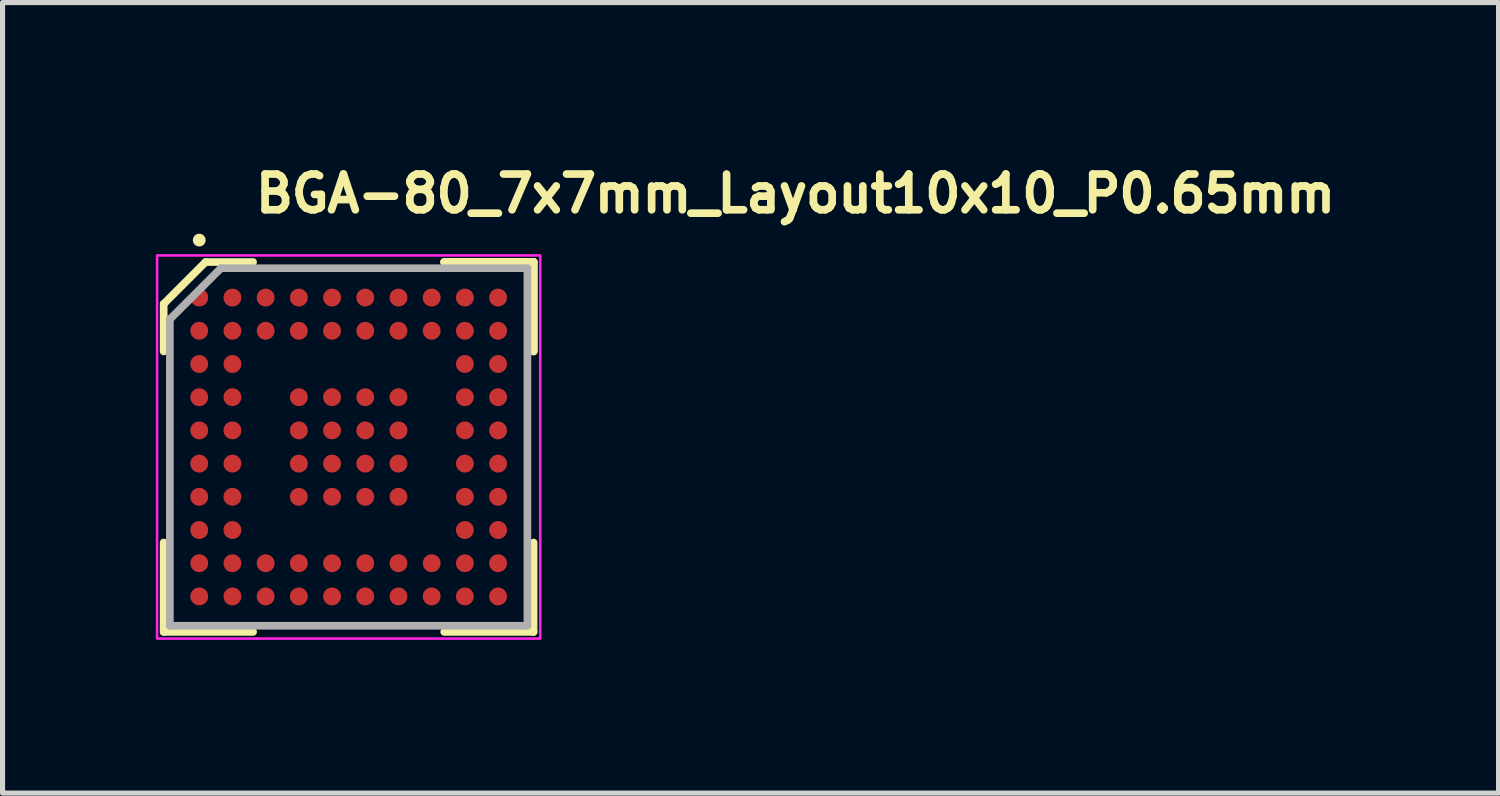
<source format=kicad_pcb>
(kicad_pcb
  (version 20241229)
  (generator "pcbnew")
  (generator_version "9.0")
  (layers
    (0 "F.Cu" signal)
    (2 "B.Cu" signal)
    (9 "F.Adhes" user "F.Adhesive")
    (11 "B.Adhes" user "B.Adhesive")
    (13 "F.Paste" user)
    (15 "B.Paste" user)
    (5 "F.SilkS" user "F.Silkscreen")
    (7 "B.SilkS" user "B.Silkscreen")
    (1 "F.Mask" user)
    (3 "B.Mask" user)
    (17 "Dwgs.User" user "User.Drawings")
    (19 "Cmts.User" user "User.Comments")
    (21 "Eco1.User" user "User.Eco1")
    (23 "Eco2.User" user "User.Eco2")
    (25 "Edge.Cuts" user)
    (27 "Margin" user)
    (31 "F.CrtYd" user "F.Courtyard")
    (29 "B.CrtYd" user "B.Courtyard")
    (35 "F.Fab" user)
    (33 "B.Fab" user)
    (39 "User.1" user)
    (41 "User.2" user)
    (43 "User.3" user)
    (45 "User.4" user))
  (footprint "BGA-80_7x7mm_Layout10x10_P0.65mm"
    (layer "F.Cu")
    (at 3.775 5.7)
    (property "Reference" "BGA-80_7x7mm_Layout10x10_P0.65mm" (at -1.901 -4.55 0) (layer "F.SilkS") (effects (font (size 0.7 0.7) (thickness 0.15)) (justify left bottom)))
    (attr smd)
    (fp_line (start -3.621 -2.801) (end -3.621 -1.871) (stroke (width 0.15) (type solid)) (layer "F.SilkS"))
    (fp_line (start -3.621 3.62) (end -3.621 1.87) (stroke (width 0.15) (type solid)) (layer "F.SilkS"))
    (fp_line (start -2.801 -3.621) (end -3.621 -2.801) (stroke (width 0.15) (type solid)) (layer "F.SilkS"))
    (fp_line (start -1.871 -3.621) (end -2.801 -3.621) (stroke (width 0.15) (type solid)) (layer "F.SilkS"))
    (fp_line (start -1.871 3.62) (end -3.621 3.62) (stroke (width 0.15) (type solid)) (layer "F.SilkS"))
    (fp_line (start 1.87 -3.621) (end 3.62 -3.621) (stroke (width 0.15) (type solid)) (layer "F.SilkS"))
    (fp_line (start 1.87 -3.621) (end 3.62 -3.621) (stroke (width 0.15) (type solid)) (layer "F.SilkS"))
    (fp_line (start 1.87 -3.621) (end 3.62 -3.621) (stroke (width 0.15) (type solid)) (layer "F.SilkS"))
    (fp_line (start 1.87 3.62) (end 3.62 3.62) (stroke (width 0.15) (type solid)) (layer "F.SilkS"))
    (fp_line (start 3.62 -3.621) (end 3.62 -1.871) (stroke (width 0.15) (type solid)) (layer "F.SilkS"))
    (fp_line (start 3.62 -3.621) (end 3.62 -1.871) (stroke (width 0.15) (type solid)) (layer "F.SilkS"))
    (fp_line (start 3.62 -3.621) (end 3.62 -1.871) (stroke (width 0.15) (type solid)) (layer "F.SilkS"))
    (fp_line (start 3.62 3.62) (end 3.62 1.87) (stroke (width 0.15) (type solid)) (layer "F.SilkS"))
    (fp_circle (center -2.925 -4.05) (end -2.875 -4.05) (stroke (width 0.15) (type solid)) (fill yes) (layer "F.SilkS"))
    (fp_rect (start -3.75 -3.75) (end 3.75 3.75) (stroke (width 0.05) (type solid)) (fill no) (layer "F.CrtYd"))
    (fp_line (start -3.5 -2.5) (end -3.5 3.499) (stroke (width 0.15) (type solid)) (layer "F.Fab"))
    (fp_line (start -3.5 3.499) (end 3.499 3.499) (stroke (width 0.15) (type solid)) (layer "F.Fab"))
    (fp_line (start -2.5 -3.5) (end -3.5 -2.5) (stroke (width 0.15) (type solid)) (layer "F.Fab"))
    (fp_line (start 3.499 -3.5) (end -2.5 -3.5) (stroke (width 0.15) (type solid)) (layer "F.Fab"))
    (fp_line (start 3.499 3.499) (end 3.499 -3.5) (stroke (width 0.15) (type solid)) (layer "F.Fab"))
    (fp_rect (start -3.5 -3.5) (end 3.5 3.5) (stroke (width 0.1) (type solid)) (fill no) (layer "User.5"))
    (fp_line (start -3.5 -3.5) (end 3.5 -3.5) (stroke (width 0.02) (type solid)) (layer "User.9"))
    (fp_line (start -3.5 3.5) (end -3.5 -3.5) (stroke (width 0.02) (type solid)) (layer "User.9"))
    (fp_line (start -3.5 3.5) (end 3.5 3.5) (stroke (width 0.02) (type solid)) (layer "User.9"))
    (fp_line (start -3.062 -2.648) (end -3.062 -2.625) (stroke (width 0.02) (type solid)) (layer "User.9"))
    (fp_line (start -3.062 -2.625) (end -3.062 -2.625) (stroke (width 0.02) (type solid)) (layer "User.9"))
    (fp_line (start -3.062 -2.625) (end -3.062 -2.602) (stroke (width 0.02) (type solid)) (layer "User.9"))
    (fp_line (start -3.062 -2.602) (end -3.06 -2.58) (stroke (width 0.02) (type solid)) (layer "User.9"))
    (fp_line (start -3.06 -2.67) (end -3.062 -2.648) (stroke (width 0.02) (type solid)) (layer "User.9"))
    (fp_line (start -3.06 -2.58) (end -3.057 -2.558) (stroke (width 0.02) (type solid)) (layer "User.9"))
    (fp_line (start -3.057 -2.692) (end -3.06 -2.67) (stroke (width 0.02) (type solid)) (layer "User.9"))
    (fp_line (start -3.057 -2.558) (end -3.054 -2.537) (stroke (width 0.02) (type solid)) (layer "User.9"))
    (fp_line (start -3.054 -2.713) (end -3.057 -2.692) (stroke (width 0.02) (type solid)) (layer "User.9"))
    (fp_line (start -3.054 -2.537) (end -3.049 -2.516) (stroke (width 0.02) (type solid)) (layer "User.9"))
    (fp_line (start -3.049 -2.734) (end -3.054 -2.713) (stroke (width 0.02) (type solid)) (layer "User.9"))
    (fp_line (start -3.049 -2.516) (end -3.043 -2.495) (stroke (width 0.02) (type solid)) (layer "User.9"))
    (fp_line (start -3.043 -2.755) (end -3.049 -2.734) (stroke (width 0.02) (type solid)) (layer "User.9"))
    (fp_line (start -3.043 -2.495) (end -3.036 -2.475) (stroke (width 0.02) (type solid)) (layer "User.9"))
    (fp_line (start -3.036 -2.775) (end -3.043 -2.755) (stroke (width 0.02) (type solid)) (layer "User.9"))
    (fp_line (start -3.036 -2.475) (end -3.028 -2.455) (stroke (width 0.02) (type solid)) (layer "User.9"))
    (fp_line (start -3.028 -2.795) (end -3.036 -2.775) (stroke (width 0.02) (type solid)) (layer "User.9"))
    (fp_line (start -3.028 -2.455) (end -3.019 -2.435) (stroke (width 0.02) (type solid)) (layer "User.9"))
    (fp_line (start -3.019 -2.815) (end -3.028 -2.795) (stroke (width 0.02) (type solid)) (layer "User.9"))
    (fp_line (start -3.019 -2.435) (end -3.01 -2.416) (stroke (width 0.02) (type solid)) (layer "User.9"))
    (fp_line (start -3.01 -2.834) (end -3.019 -2.815) (stroke (width 0.02) (type solid)) (layer "User.9"))
    (fp_line (start -3.01 -2.416) (end -2.999 -2.398) (stroke (width 0.02) (type solid)) (layer "User.9"))
    (fp_line (start -2.999 -2.852) (end -3.01 -2.834) (stroke (width 0.02) (type solid)) (layer "User.9"))
    (fp_line (start -2.999 -2.398) (end -2.988 -2.38) (stroke (width 0.02) (type solid)) (layer "User.9"))
    (fp_line (start -2.988 -2.87) (end -2.999 -2.852) (stroke (width 0.02) (type solid)) (layer "User.9"))
    (fp_line (start -2.988 -2.38) (end -2.976 -2.363) (stroke (width 0.02) (type solid)) (layer "User.9"))
    (fp_line (start -2.976 -2.887) (end -2.988 -2.87) (stroke (width 0.02) (type solid)) (layer "User.9"))
    (fp_line (start -2.976 -2.363) (end -2.963 -2.347) (stroke (width 0.02) (type solid)) (layer "User.9"))
    (fp_line (start -2.963 -2.903) (end -2.976 -2.887) (stroke (width 0.02) (type solid)) (layer "User.9"))
    (fp_line (start -2.963 -2.347) (end -2.949 -2.331) (stroke (width 0.02) (type solid)) (layer "User.9"))
    (fp_line (start -2.949 -2.919) (end -2.963 -2.903) (stroke (width 0.02) (type solid)) (layer "User.9"))
    (fp_line (start -2.949 -2.331) (end -2.934 -2.316) (stroke (width 0.02) (type solid)) (layer "User.9"))
    (fp_line (start -2.934 -2.934) (end -2.949 -2.919) (stroke (width 0.02) (type solid)) (layer "User.9"))
    (fp_line (start -2.934 -2.316) (end -2.919 -2.301) (stroke (width 0.02) (type solid)) (layer "User.9"))
    (fp_line (start -2.919 -2.949) (end -2.934 -2.934) (stroke (width 0.02) (type solid)) (layer "User.9"))
    (fp_line (start -2.919 -2.301) (end -2.903 -2.287) (stroke (width 0.02) (type solid)) (layer "User.9"))
    (fp_line (start -2.903 -2.963) (end -2.919 -2.949) (stroke (width 0.02) (type solid)) (layer "User.9"))
    (fp_line (start -2.903 -2.287) (end -2.887 -2.274) (stroke (width 0.02) (type solid)) (layer "User.9"))
    (fp_line (start -2.887 -2.976) (end -2.903 -2.963) (stroke (width 0.02) (type solid)) (layer "User.9"))
    (fp_line (start -2.887 -2.274) (end -2.87 -2.262) (stroke (width 0.02) (type solid)) (layer "User.9"))
    (fp_line (start -2.87 -2.988) (end -2.887 -2.976) (stroke (width 0.02) (type solid)) (layer "User.9"))
    (fp_line (start -2.87 -2.262) (end -2.852 -2.251) (stroke (width 0.02) (type solid)) (layer "User.9"))
    (fp_line (start -2.852 -2.999) (end -2.87 -2.988) (stroke (width 0.02) (type solid)) (layer "User.9"))
    (fp_line (start -2.852 -2.251) (end -2.834 -2.24) (stroke (width 0.02) (type solid)) (layer "User.9"))
    (fp_line (start -2.834 -3.01) (end -2.852 -2.999) (stroke (width 0.02) (type solid)) (layer "User.9"))
    (fp_line (start -2.834 -2.24) (end -2.815 -2.231) (stroke (width 0.02) (type solid)) (layer "User.9"))
    (fp_line (start -2.815 -3.019) (end -2.834 -3.01) (stroke (width 0.02) (type solid)) (layer "User.9"))
    (fp_line (start -2.815 -2.231) (end -2.795 -2.222) (stroke (width 0.02) (type solid)) (layer "User.9"))
    (fp_line (start -2.795 -3.028) (end -2.815 -3.019) (stroke (width 0.02) (type solid)) (layer "User.9"))
    (fp_line (start -2.795 -2.222) (end -2.775 -2.214) (stroke (width 0.02) (type solid)) (layer "User.9"))
    (fp_line (start -2.775 -3.036) (end -2.795 -3.028) (stroke (width 0.02) (type solid)) (layer "User.9"))
    (fp_line (start -2.775 -2.214) (end -2.755 -2.207) (stroke (width 0.02) (type solid)) (layer "User.9"))
    (fp_line (start -2.755 -3.043) (end -2.775 -3.036) (stroke (width 0.02) (type solid)) (layer "User.9"))
    (fp_line (start -2.755 -2.207) (end -2.734 -2.201) (stroke (width 0.02) (type solid)) (layer "User.9"))
    (fp_line (start -2.734 -3.049) (end -2.755 -3.043) (stroke (width 0.02) (type solid)) (layer "User.9"))
    (fp_line (start -2.734 -2.201) (end -2.713 -2.196) (stroke (width 0.02) (type solid)) (layer "User.9"))
    (fp_line (start -2.713 -3.054) (end -2.734 -3.049) (stroke (width 0.02) (type solid)) (layer "User.9"))
    (fp_line (start -2.713 -2.196) (end -2.692 -2.193) (stroke (width 0.02) (type solid)) (layer "User.9"))
    (fp_line (start -2.692 -3.057) (end -2.713 -3.054) (stroke (width 0.02) (type solid)) (layer "User.9"))
    (fp_line (start -2.692 -2.193) (end -2.67 -2.19) (stroke (width 0.02) (type solid)) (layer "User.9"))
    (fp_line (start -2.67 -3.06) (end -2.692 -3.057) (stroke (width 0.02) (type solid)) (layer "User.9"))
    (fp_line (start -2.67 -2.19) (end -2.648 -2.188) (stroke (width 0.02) (type solid)) (layer "User.9"))
    (fp_line (start -2.648 -3.062) (end -2.67 -3.06) (stroke (width 0.02) (type solid)) (layer "User.9"))
    (fp_line (start -2.648 -2.188) (end -2.625 -2.188) (stroke (width 0.02) (type solid)) (layer "User.9"))
    (fp_line (start -2.625 -3.062) (end -2.648 -3.062) (stroke (width 0.02) (type solid)) (layer "User.9"))
    (fp_line (start -2.625 -3.062) (end -2.625 -3.062) (stroke (width 0.02) (type solid)) (layer "User.9"))
    (fp_line (start -2.625 -2.188) (end -2.625 -2.188) (stroke (width 0.02) (type solid)) (layer "User.9"))
    (fp_line (start -2.625 -2.188) (end -2.602 -2.188) (stroke (width 0.02) (type solid)) (layer "User.9"))
    (fp_line (start -2.602 -3.062) (end -2.625 -3.062) (stroke (width 0.02) (type solid)) (layer "User.9"))
    (fp_line (start -2.602 -2.188) (end -2.58 -2.19) (stroke (width 0.02) (type solid)) (layer "User.9"))
    (fp_line (start -2.58 -3.06) (end -2.602 -3.062) (stroke (width 0.02) (type solid)) (layer "User.9"))
    (fp_line (start -2.58 -2.19) (end -2.558 -2.193) (stroke (width 0.02) (type solid)) (layer "User.9"))
    (fp_line (start -2.558 -3.057) (end -2.58 -3.06) (stroke (width 0.02) (type solid)) (layer "User.9"))
    (fp_line (start -2.558 -2.193) (end -2.537 -2.196) (stroke (width 0.02) (type solid)) (layer "User.9"))
    (fp_line (start -2.537 -3.054) (end -2.558 -3.057) (stroke (width 0.02) (type solid)) (layer "User.9"))
    (fp_line (start -2.537 -2.196) (end -2.516 -2.201) (stroke (width 0.02) (type solid)) (layer "User.9"))
    (fp_line (start -2.516 -3.049) (end -2.537 -3.054) (stroke (width 0.02) (type solid)) (layer "User.9"))
    (fp_line (start -2.516 -2.201) (end -2.495 -2.207) (stroke (width 0.02) (type solid)) (layer "User.9"))
    (fp_line (start -2.495 -3.043) (end -2.516 -3.049) (stroke (width 0.02) (type solid)) (layer "User.9"))
    (fp_line (start -2.495 -2.207) (end -2.475 -2.214) (stroke (width 0.02) (type solid)) (layer "User.9"))
    (fp_line (start -2.475 -3.036) (end -2.495 -3.043) (stroke (width 0.02) (type solid)) (layer "User.9"))
    (fp_line (start -2.475 -2.214) (end -2.455 -2.222) (stroke (width 0.02) (type solid)) (layer "User.9"))
    (fp_line (start -2.455 -3.028) (end -2.475 -3.036) (stroke (width 0.02) (type solid)) (layer "User.9"))
    (fp_line (start -2.455 -2.222) (end -2.435 -2.231) (stroke (width 0.02) (type solid)) (layer "User.9"))
    (fp_line (start -2.435 -3.019) (end -2.455 -3.028) (stroke (width 0.02) (type solid)) (layer "User.9"))
    (fp_line (start -2.435 -2.231) (end -2.416 -2.24) (stroke (width 0.02) (type solid)) (layer "User.9"))
    (fp_line (start -2.416 -3.01) (end -2.435 -3.019) (stroke (width 0.02) (type solid)) (layer "User.9"))
    (fp_line (start -2.416 -2.24) (end -2.398 -2.251) (stroke (width 0.02) (type solid)) (layer "User.9"))
    (fp_line (start -2.398 -2.999) (end -2.416 -3.01) (stroke (width 0.02) (type solid)) (layer "User.9"))
    (fp_line (start -2.398 -2.251) (end -2.38 -2.262) (stroke (width 0.02) (type solid)) (layer "User.9"))
    (fp_line (start -2.38 -2.988) (end -2.398 -2.999) (stroke (width 0.02) (type solid)) (layer "User.9"))
    (fp_line (start -2.38 -2.262) (end -2.363 -2.274) (stroke (width 0.02) (type solid)) (layer "User.9"))
    (fp_line (start -2.363 -2.976) (end -2.38 -2.988) (stroke (width 0.02) (type solid)) (layer "User.9"))
    (fp_line (start -2.363 -2.274) (end -2.347 -2.287) (stroke (width 0.02) (type solid)) (layer "User.9"))
    (fp_line (start -2.347 -2.963) (end -2.363 -2.976) (stroke (width 0.02) (type solid)) (layer "User.9"))
    (fp_line (start -2.347 -2.287) (end -2.331 -2.301) (stroke (width 0.02) (type solid)) (layer "User.9"))
    (fp_line (start -2.331 -2.949) (end -2.347 -2.963) (stroke (width 0.02) (type solid)) (layer "User.9"))
    (fp_line (start -2.331 -2.301) (end -2.316 -2.316) (stroke (width 0.02) (type solid)) (layer "User.9"))
    (fp_line (start -2.316 -2.934) (end -2.331 -2.949) (stroke (width 0.02) (type solid)) (layer "User.9"))
    (fp_line (start -2.316 -2.316) (end -2.301 -2.331) (stroke (width 0.02) (type solid)) (layer "User.9"))
    (fp_line (start -2.301 -2.919) (end -2.316 -2.934) (stroke (width 0.02) (type solid)) (layer "User.9"))
    (fp_line (start -2.301 -2.331) (end -2.287 -2.347) (stroke (width 0.02) (type solid)) (layer "User.9"))
    (fp_line (start -2.287 -2.903) (end -2.301 -2.919) (stroke (width 0.02) (type solid)) (layer "User.9"))
    (fp_line (start -2.287 -2.347) (end -2.274 -2.363) (stroke (width 0.02) (type solid)) (layer "User.9"))
    (fp_line (start -2.274 -2.887) (end -2.287 -2.903) (stroke (width 0.02) (type solid)) (layer "User.9"))
    (fp_line (start -2.274 -2.363) (end -2.262 -2.38) (stroke (width 0.02) (type solid)) (layer "User.9"))
    (fp_line (start -2.262 -2.87) (end -2.274 -2.887) (stroke (width 0.02) (type solid)) (layer "User.9"))
    (fp_line (start -2.262 -2.38) (end -2.251 -2.398) (stroke (width 0.02) (type solid)) (layer "User.9"))
    (fp_line (start -2.251 -2.852) (end -2.262 -2.87) (stroke (width 0.02) (type solid)) (layer "User.9"))
    (fp_line (start -2.251 -2.398) (end -2.24 -2.416) (stroke (width 0.02) (type solid)) (layer "User.9"))
    (fp_line (start -2.24 -2.834) (end -2.251 -2.852) (stroke (width 0.02) (type solid)) (layer "User.9"))
    (fp_line (start -2.24 -2.416) (end -2.231 -2.435) (stroke (width 0.02) (type solid)) (layer "User.9"))
    (fp_line (start -2.231 -2.815) (end -2.24 -2.834) (stroke (width 0.02) (type solid)) (layer "User.9"))
    (fp_line (start -2.231 -2.435) (end -2.222 -2.455) (stroke (width 0.02) (type solid)) (layer "User.9"))
    (fp_line (start -2.222 -2.795) (end -2.231 -2.815) (stroke (width 0.02) (type solid)) (layer "User.9"))
    (fp_line (start -2.222 -2.455) (end -2.214 -2.475) (stroke (width 0.02) (type solid)) (layer "User.9"))
    (fp_line (start -2.214 -2.775) (end -2.222 -2.795) (stroke (width 0.02) (type solid)) (layer "User.9"))
    (fp_line (start -2.214 -2.475) (end -2.207 -2.495) (stroke (width 0.02) (type solid)) (layer "User.9"))
    (fp_line (start -2.207 -2.755) (end -2.214 -2.775) (stroke (width 0.02) (type solid)) (layer "User.9"))
    (fp_line (start -2.207 -2.495) (end -2.201 -2.516) (stroke (width 0.02) (type solid)) (layer "User.9"))
    (fp_line (start -2.201 -2.734) (end -2.207 -2.755) (stroke (width 0.02) (type solid)) (layer "User.9"))
    (fp_line (start -2.201 -2.516) (end -2.196 -2.537) (stroke (width 0.02) (type solid)) (layer "User.9"))
    (fp_line (start -2.196 -2.713) (end -2.201 -2.734) (stroke (width 0.02) (type solid)) (layer "User.9"))
    (fp_line (start -2.196 -2.537) (end -2.193 -2.558) (stroke (width 0.02) (type solid)) (layer "User.9"))
    (fp_line (start -2.193 -2.692) (end -2.196 -2.713) (stroke (width 0.02) (type solid)) (layer "User.9"))
    (fp_line (start -2.193 -2.558) (end -2.19 -2.58) (stroke (width 0.02) (type solid)) (layer "User.9"))
    (fp_line (start -2.19 -2.67) (end -2.193 -2.692) (stroke (width 0.02) (type solid)) (layer "User.9"))
    (fp_line (start -2.19 -2.58) (end -2.188 -2.602) (stroke (width 0.02) (type solid)) (layer "User.9"))
    (fp_line (start -2.188 -2.648) (end -2.19 -2.67) (stroke (width 0.02) (type solid)) (layer "User.9"))
    (fp_line (start -2.188 -2.625) (end -2.188 -2.648) (stroke (width 0.02) (type solid)) (layer "User.9"))
    (fp_line (start -2.188 -2.625) (end -2.188 -2.625) (stroke (width 0.02) (type solid)) (layer "User.9"))
    (fp_line (start -2.188 -2.625) (end -2.188 -2.625) (stroke (width 0.02) (type solid)) (layer "User.9"))
    (fp_line (start -2.188 -2.602) (end -2.188 -2.625) (stroke (width 0.02) (type solid)) (layer "User.9"))
    (fp_line (start 3.5 3.5) (end 3.5 -3.5) (stroke (width 0.02) (type solid)) (layer "User.9"))
    (pad "A1" smd circle (at -2.925 -2.925) (size 0.35 0.35) (layers "F.Cu" "F.Mask" "F.Paste"))
    (pad "A2" smd circle (at -2.275 -2.925) (size 0.35 0.35) (layers "F.Cu" "F.Mask" "F.Paste"))
    (pad "A3" smd circle (at -1.625 -2.925) (size 0.35 0.35) (layers "F.Cu" "F.Mask" "F.Paste"))
    (pad "A4" smd circle (at -0.975 -2.925) (size 0.35 0.35) (layers "F.Cu" "F.Mask" "F.Paste"))
    (pad "A5" smd circle (at -0.325 -2.925) (size 0.35 0.35) (layers "F.Cu" "F.Mask" "F.Paste"))
    (pad "A6" smd circle (at 0.325 -2.925) (size 0.35 0.35) (layers "F.Cu" "F.Mask" "F.Paste"))
    (pad "A7" smd circle (at 0.975 -2.925) (size 0.35 0.35) (layers "F.Cu" "F.Mask" "F.Paste"))
    (pad "A8" smd circle (at 1.625 -2.925) (size 0.35 0.35) (layers "F.Cu" "F.Mask" "F.Paste"))
    (pad "A9" smd circle (at 2.275 -2.925) (size 0.35 0.35) (layers "F.Cu" "F.Mask" "F.Paste"))
    (pad "A10" smd circle (at 2.925 -2.925) (size 0.35 0.35) (layers "F.Cu" "F.Mask" "F.Paste"))
    (pad "B1" smd circle (at -2.925 -2.275) (size 0.35 0.35) (layers "F.Cu" "F.Mask" "F.Paste"))
    (pad "B2" smd circle (at -2.275 -2.275) (size 0.35 0.35) (layers "F.Cu" "F.Mask" "F.Paste"))
    (pad "B3" smd circle (at -1.625 -2.275) (size 0.35 0.35) (layers "F.Cu" "F.Mask" "F.Paste"))
    (pad "B4" smd circle (at -0.975 -2.275) (size 0.35 0.35) (layers "F.Cu" "F.Mask" "F.Paste"))
    (pad "B5" smd circle (at -0.325 -2.275) (size 0.35 0.35) (layers "F.Cu" "F.Mask" "F.Paste"))
    (pad "B6" smd circle (at 0.325 -2.275) (size 0.35 0.35) (layers "F.Cu" "F.Mask" "F.Paste"))
    (pad "B7" smd circle (at 0.975 -2.275) (size 0.35 0.35) (layers "F.Cu" "F.Mask" "F.Paste"))
    (pad "B8" smd circle (at 1.625 -2.275) (size 0.35 0.35) (layers "F.Cu" "F.Mask" "F.Paste"))
    (pad "B9" smd circle (at 2.275 -2.275) (size 0.35 0.35) (layers "F.Cu" "F.Mask" "F.Paste"))
    (pad "B10" smd circle (at 2.925 -2.275) (size 0.35 0.35) (layers "F.Cu" "F.Mask" "F.Paste"))
    (pad "C1" smd circle (at -2.925 -1.625) (size 0.35 0.35) (layers "F.Cu" "F.Mask" "F.Paste"))
    (pad "C2" smd circle (at -2.275 -1.625) (size 0.35 0.35) (layers "F.Cu" "F.Mask" "F.Paste"))
    (pad "C9" smd circle (at 2.275 -1.625) (size 0.35 0.35) (layers "F.Cu" "F.Mask" "F.Paste"))
    (pad "C10" smd circle (at 2.925 -1.625) (size 0.35 0.35) (layers "F.Cu" "F.Mask" "F.Paste"))
    (pad "D1" smd circle (at -2.925 -0.975) (size 0.35 0.35) (layers "F.Cu" "F.Mask" "F.Paste"))
    (pad "D2" smd circle (at -2.275 -0.975) (size 0.35 0.35) (layers "F.Cu" "F.Mask" "F.Paste"))
    (pad "D4" smd circle (at -0.975 -0.975) (size 0.35 0.35) (layers "F.Cu" "F.Mask" "F.Paste"))
    (pad "D5" smd circle (at -0.325 -0.975) (size 0.35 0.35) (layers "F.Cu" "F.Mask" "F.Paste"))
    (pad "D6" smd circle (at 0.325 -0.975) (size 0.35 0.35) (layers "F.Cu" "F.Mask" "F.Paste"))
    (pad "D7" smd circle (at 0.975 -0.975) (size 0.35 0.35) (layers "F.Cu" "F.Mask" "F.Paste"))
    (pad "D9" smd circle (at 2.275 -0.975) (size 0.35 0.35) (layers "F.Cu" "F.Mask" "F.Paste"))
    (pad "D10" smd circle (at 2.925 -0.975) (size 0.35 0.35) (layers "F.Cu" "F.Mask" "F.Paste"))
    (pad "E1" smd circle (at -2.925 -0.325) (size 0.35 0.35) (layers "F.Cu" "F.Mask" "F.Paste"))
    (pad "E2" smd circle (at -2.275 -0.325) (size 0.35 0.35) (layers "F.Cu" "F.Mask" "F.Paste"))
    (pad "E4" smd circle (at -0.975 -0.325) (size 0.35 0.35) (layers "F.Cu" "F.Mask" "F.Paste"))
    (pad "E5" smd circle (at -0.325 -0.325) (size 0.35 0.35) (layers "F.Cu" "F.Mask" "F.Paste"))
    (pad "E6" smd circle (at 0.325 -0.325) (size 0.35 0.35) (layers "F.Cu" "F.Mask" "F.Paste"))
    (pad "E7" smd circle (at 0.975 -0.325) (size 0.35 0.35) (layers "F.Cu" "F.Mask" "F.Paste"))
    (pad "E9" smd circle (at 2.275 -0.325) (size 0.35 0.35) (layers "F.Cu" "F.Mask" "F.Paste"))
    (pad "E10" smd circle (at 2.925 -0.325) (size 0.35 0.35) (layers "F.Cu" "F.Mask" "F.Paste"))
    (pad "F1" smd circle (at -2.925 0.325) (size 0.35 0.35) (layers "F.Cu" "F.Mask" "F.Paste"))
    (pad "F2" smd circle (at -2.275 0.325) (size 0.35 0.35) (layers "F.Cu" "F.Mask" "F.Paste"))
    (pad "F4" smd circle (at -0.975 0.325) (size 0.35 0.35) (layers "F.Cu" "F.Mask" "F.Paste"))
    (pad "F5" smd circle (at -0.325 0.325) (size 0.35 0.35) (layers "F.Cu" "F.Mask" "F.Paste"))
    (pad "F6" smd circle (at 0.325 0.325) (size 0.35 0.35) (layers "F.Cu" "F.Mask" "F.Paste"))
    (pad "F7" smd circle (at 0.975 0.325) (size 0.35 0.35) (layers "F.Cu" "F.Mask" "F.Paste"))
    (pad "F9" smd circle (at 2.275 0.325) (size 0.35 0.35) (layers "F.Cu" "F.Mask" "F.Paste"))
    (pad "F10" smd circle (at 2.925 0.325) (size 0.35 0.35) (layers "F.Cu" "F.Mask" "F.Paste"))
    (pad "G1" smd circle (at -2.925 0.975) (size 0.35 0.35) (layers "F.Cu" "F.Mask" "F.Paste"))
    (pad "G2" smd circle (at -2.275 0.975) (size 0.35 0.35) (layers "F.Cu" "F.Mask" "F.Paste"))
    (pad "G4" smd circle (at -0.975 0.975) (size 0.35 0.35) (layers "F.Cu" "F.Mask" "F.Paste"))
    (pad "G5" smd circle (at -0.325 0.975) (size 0.35 0.35) (layers "F.Cu" "F.Mask" "F.Paste"))
    (pad "G6" smd circle (at 0.325 0.975) (size 0.35 0.35) (layers "F.Cu" "F.Mask" "F.Paste"))
    (pad "G7" smd circle (at 0.975 0.975) (size 0.35 0.35) (layers "F.Cu" "F.Mask" "F.Paste"))
    (pad "G9" smd circle (at 2.275 0.975) (size 0.35 0.35) (layers "F.Cu" "F.Mask" "F.Paste"))
    (pad "G10" smd circle (at 2.925 0.975) (size 0.35 0.35) (layers "F.Cu" "F.Mask" "F.Paste"))
    (pad "H1" smd circle (at -2.925 1.625) (size 0.35 0.35) (layers "F.Cu" "F.Mask" "F.Paste"))
    (pad "H2" smd circle (at -2.275 1.625) (size 0.35 0.35) (layers "F.Cu" "F.Mask" "F.Paste"))
    (pad "H9" smd circle (at 2.275 1.625) (size 0.35 0.35) (layers "F.Cu" "F.Mask" "F.Paste"))
    (pad "H10" smd circle (at 2.925 1.625) (size 0.35 0.35) (layers "F.Cu" "F.Mask" "F.Paste"))
    (pad "J1" smd circle (at -2.925 2.275) (size 0.35 0.35) (layers "F.Cu" "F.Mask" "F.Paste"))
    (pad "J2" smd circle (at -2.275 2.275) (size 0.35 0.35) (layers "F.Cu" "F.Mask" "F.Paste"))
    (pad "J3" smd circle (at -1.625 2.275) (size 0.35 0.35) (layers "F.Cu" "F.Mask" "F.Paste"))
    (pad "J4" smd circle (at -0.975 2.275) (size 0.35 0.35) (layers "F.Cu" "F.Mask" "F.Paste"))
    (pad "J5" smd circle (at -0.325 2.275) (size 0.35 0.35) (layers "F.Cu" "F.Mask" "F.Paste"))
    (pad "J6" smd circle (at 0.325 2.275) (size 0.35 0.35) (layers "F.Cu" "F.Mask" "F.Paste"))
    (pad "J7" smd circle (at 0.975 2.275) (size 0.35 0.35) (layers "F.Cu" "F.Mask" "F.Paste"))
    (pad "J8" smd circle (at 1.625 2.275) (size 0.35 0.35) (layers "F.Cu" "F.Mask" "F.Paste"))
    (pad "J9" smd circle (at 2.275 2.275) (size 0.35 0.35) (layers "F.Cu" "F.Mask" "F.Paste"))
    (pad "J10" smd circle (at 2.925 2.275) (size 0.35 0.35) (layers "F.Cu" "F.Mask" "F.Paste"))
    (pad "K1" smd circle (at -2.925 2.925) (size 0.35 0.35) (layers "F.Cu" "F.Mask" "F.Paste"))
    (pad "K2" smd circle (at -2.275 2.925) (size 0.35 0.35) (layers "F.Cu" "F.Mask" "F.Paste"))
    (pad "K3" smd circle (at -1.625 2.925) (size 0.35 0.35) (layers "F.Cu" "F.Mask" "F.Paste"))
    (pad "K4" smd circle (at -0.975 2.925) (size 0.35 0.35) (layers "F.Cu" "F.Mask" "F.Paste"))
    (pad "K5" smd circle (at -0.325 2.925) (size 0.35 0.35) (layers "F.Cu" "F.Mask" "F.Paste"))
    (pad "K6" smd circle (at 0.325 2.925) (size 0.35 0.35) (layers "F.Cu" "F.Mask" "F.Paste"))
    (pad "K7" smd circle (at 0.975 2.925) (size 0.35 0.35) (layers "F.Cu" "F.Mask" "F.Paste"))
    (pad "K8" smd circle (at 1.625 2.925) (size 0.35 0.35) (layers "F.Cu" "F.Mask" "F.Paste"))
    (pad "K9" smd circle (at 2.275 2.925) (size 0.35 0.35) (layers "F.Cu" "F.Mask" "F.Paste"))
    (pad "K10" smd circle (at 2.925 2.925) (size 0.35 0.35) (layers "F.Cu" "F.Mask" "F.Paste")))
  (gr_rect
    (start -3 -3)
    (end 26.284 12.475)
    (stroke (width 0.1) (type default))
    (fill no)
    (layer "Edge.Cuts")))
</source>
